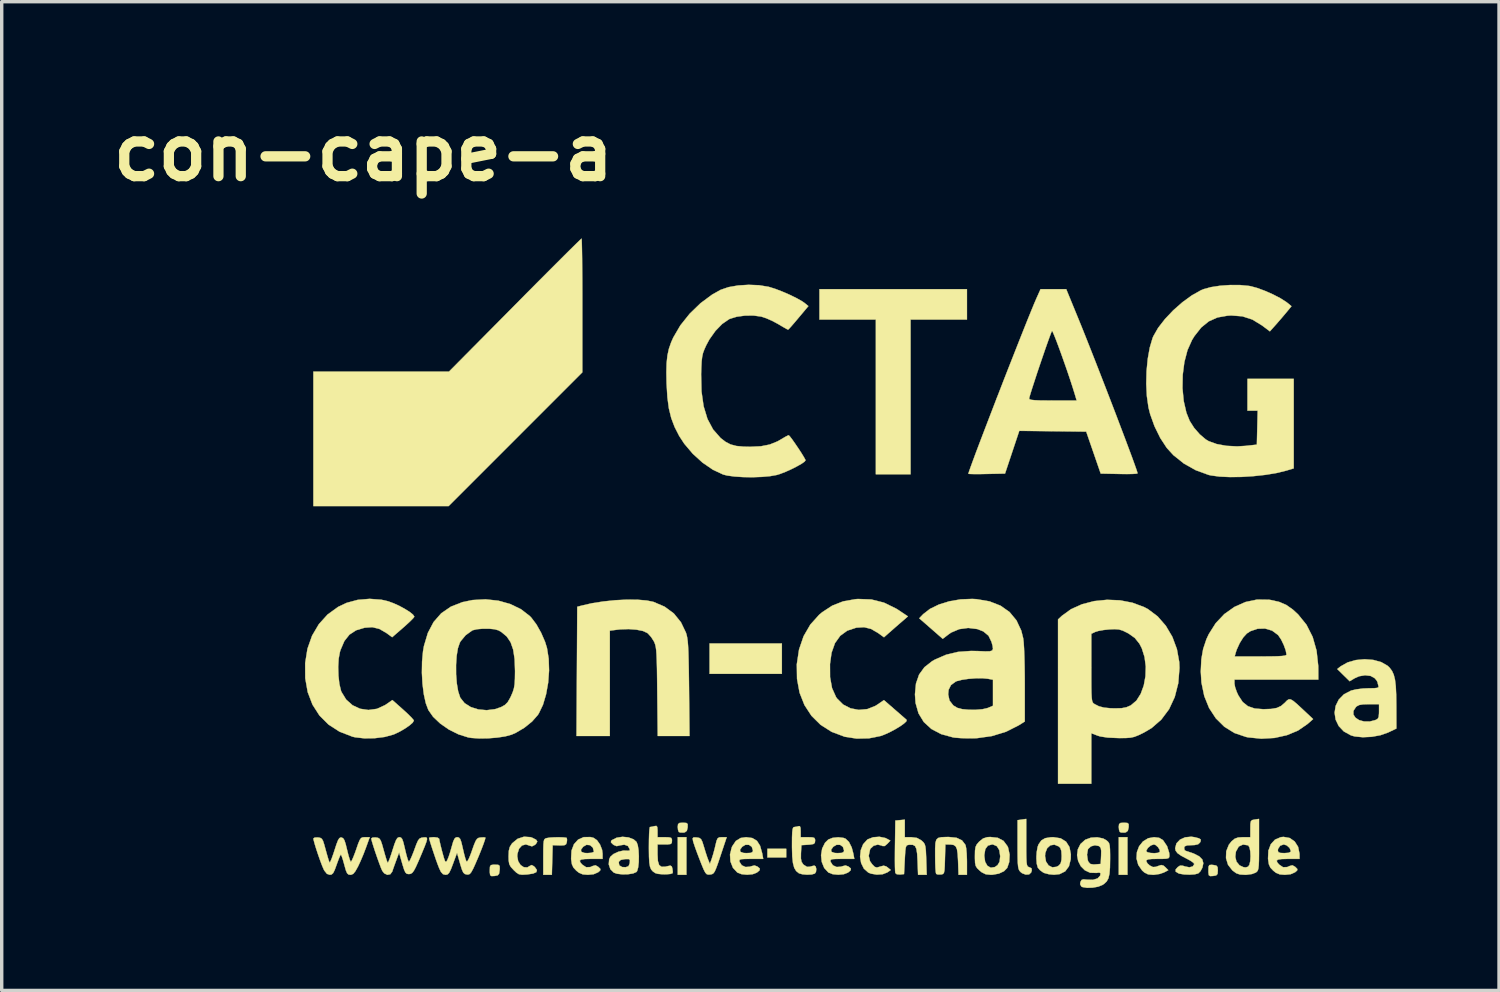
<source format=kicad_pcb>
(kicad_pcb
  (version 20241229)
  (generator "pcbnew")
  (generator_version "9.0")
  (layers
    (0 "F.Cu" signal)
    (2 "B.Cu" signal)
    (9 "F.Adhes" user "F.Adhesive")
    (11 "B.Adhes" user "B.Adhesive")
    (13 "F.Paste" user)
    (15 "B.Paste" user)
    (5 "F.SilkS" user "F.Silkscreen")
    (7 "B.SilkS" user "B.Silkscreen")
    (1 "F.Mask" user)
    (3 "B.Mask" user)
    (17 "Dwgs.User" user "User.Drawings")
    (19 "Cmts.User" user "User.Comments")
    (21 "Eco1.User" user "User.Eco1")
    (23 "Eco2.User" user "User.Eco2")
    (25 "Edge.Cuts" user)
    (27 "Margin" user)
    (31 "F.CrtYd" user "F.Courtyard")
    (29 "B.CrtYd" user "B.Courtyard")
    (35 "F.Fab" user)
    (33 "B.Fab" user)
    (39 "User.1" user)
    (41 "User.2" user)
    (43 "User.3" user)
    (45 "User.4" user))
  (footprint "con-cape-a"
    (layer "F.Cu")
    (at 21.831 13.418)
    (property "Reference" "con-cape-a" (at -14.24 -12 0) (layer "F.SilkS") (effects (font (size 1.524 1.524) (thickness 0.3))))
    (attr through_hole)
    (fp_poly (pts (xy -4.784 9.144) (xy -5.038 9.144) (xy -5.038 8.043) (xy -4.784 8.043) (xy -4.784 9.144)) (stroke (width 0.01) (type solid)) (fill yes) (layer "F.SilkS"))
    (fp_poly (pts (xy -1.99 3.26) (xy -4.106 3.26) (xy -4.106 2.371) (xy -1.99 2.371) (xy -1.99 3.26)) (stroke (width 0.01) (type solid)) (fill yes) (layer "F.SilkS"))
    (fp_poly (pts (xy -1.863 8.636) (xy -2.413 8.636) (xy -2.413 8.382) (xy -1.863 8.382) (xy -1.863 8.636)) (stroke (width 0.01) (type solid)) (fill yes) (layer "F.SilkS"))
    (fp_poly (pts (xy 8.128 9.144) (xy 7.874 9.144) (xy 7.874 8.043) (xy 8.128 8.043) (xy 8.128 9.144)) (stroke (width 0.01) (type solid)) (fill yes) (layer "F.SilkS"))
    (fp_poly (pts (xy 3.429 -7.112) (xy 1.778 -7.112) (xy 1.778 -2.582) (xy 0.762 -2.582) (xy 0.762 -7.112) (xy -0.889 -7.112) (xy -0.889 -8.001) (xy 3.429 -8.001) (xy 3.429 -7.112)) (stroke (width 0.01) (type solid)) (fill yes) (layer "F.SilkS"))
    (fp_poly (pts (xy -4.787 7.626) (xy -4.748 7.658) (xy -4.748 7.741) (xy -4.749 7.758) (xy -4.772 7.857) (xy -4.829 7.9) (xy -4.87 7.908) (xy -4.962 7.907) (xy -5.008 7.89) (xy -5.03 7.829) (xy -5.038 7.74) (xy -5.029 7.66) (xy -4.986 7.626) (xy -4.887 7.62) (xy -4.787 7.626)) (stroke (width 0.01) (type solid)) (fill yes) (layer "F.SilkS"))
    (fp_poly (pts (xy 8.125 7.626) (xy 8.163 7.658) (xy 8.164 7.741) (xy 8.162 7.758) (xy 8.139 7.857) (xy 8.083 7.9) (xy 8.042 7.908) (xy 7.949 7.907) (xy 7.904 7.89) (xy 7.882 7.829) (xy 7.874 7.74) (xy 7.883 7.66) (xy 7.926 7.626) (xy 8.025 7.62) (xy 8.125 7.626)) (stroke (width 0.01) (type solid)) (fill yes) (layer "F.SilkS"))
    (fp_poly (pts (xy 10.636 8.856) (xy 10.729 8.873) (xy 10.767 8.919) (xy 10.774 9.017) (xy 10.766 9.118) (xy 10.726 9.162) (xy 10.636 9.178) (xy 10.549 9.182) (xy 10.51 9.156) (xy 10.499 9.077) (xy 10.499 9.017) (xy 10.502 8.907) (xy 10.526 8.859) (xy 10.589 8.852) (xy 10.636 8.856)) (stroke (width 0.01) (type solid)) (fill yes) (layer "F.SilkS"))
    (fp_poly (pts (xy -10.292 8.853) (xy -10.253 8.884) (xy -10.25 8.967) (xy -10.253 9.006) (xy -10.269 9.112) (xy -10.31 9.16) (xy -10.399 9.178) (xy -10.403 9.178) (xy -10.491 9.182) (xy -10.53 9.155) (xy -10.541 9.075) (xy -10.541 9.02) (xy -10.537 8.91) (xy -10.51 8.861) (xy -10.439 8.848) (xy -10.39 8.848) (xy -10.292 8.853)) (stroke (width 0.01) (type solid)) (fill yes) (layer "F.SilkS"))
    (fp_poly (pts (xy -8.384 8.049) (xy -8.303 8.059) (xy -8.289 8.065) (xy -8.279 8.119) (xy -8.286 8.188) (xy -8.308 8.25) (xy -8.357 8.278) (xy -8.458 8.284) (xy -8.503 8.283) (xy -8.7 8.276) (xy -8.724 9.144) (xy -8.975 9.144) (xy -8.975 8.62) (xy -8.974 8.401) (xy -8.97 8.253) (xy -8.961 8.16) (xy -8.944 8.108) (xy -8.916 8.083) (xy -8.879 8.07) (xy -8.786 8.055) (xy -8.653 8.047) (xy -8.51 8.045) (xy -8.384 8.049)) (stroke (width 0.01) (type solid)) (fill yes) (layer "F.SilkS"))
    (fp_poly (pts (xy -7.85 -9.442) (xy -7.846 -9.324) (xy -7.842 -9.139) (xy -7.838 -8.894) (xy -7.836 -8.598) (xy -7.833 -8.259) (xy -7.832 -7.885) (xy -7.832 -7.525) (xy -7.832 -5.567) (xy -11.747 -1.651) (xy -15.706 -1.651) (xy -15.706 -5.588) (xy -11.736 -5.588) (xy -9.807 -7.535) (xy -9.474 -7.872) (xy -9.158 -8.19) (xy -8.865 -8.484) (xy -8.599 -8.75) (xy -8.366 -8.983) (xy -8.17 -9.177) (xy -8.017 -9.328) (xy -7.912 -9.43) (xy -7.86 -9.479) (xy -7.855 -9.483) (xy -7.85 -9.442)) (stroke (width 0.01) (type solid)) (fill yes) (layer "F.SilkS"))
    (fp_poly (pts (xy 5.165 8.203) (xy 5.165 8.46) (xy 5.168 8.646) (xy 5.174 8.771) (xy 5.185 8.849) (xy 5.203 8.892) (xy 5.228 8.913) (xy 5.249 8.92) (xy 5.319 8.953) (xy 5.328 9.015) (xy 5.308 9.077) (xy 5.249 9.132) (xy 5.15 9.138) (xy 5.044 9.098) (xy 4.995 9.059) (xy 4.964 9.022) (xy 4.942 8.974) (xy 4.927 8.901) (xy 4.917 8.79) (xy 4.913 8.627) (xy 4.911 8.4) (xy 4.911 8.26) (xy 4.911 7.545) (xy 5.038 7.526) (xy 5.165 7.508) (xy 5.165 8.203)) (stroke (width 0.01) (type solid)) (fill yes) (layer "F.SilkS"))
    (fp_poly (pts (xy 1.038 8.066) (xy 1.075 8.083) (xy 1.186 8.143) (xy 1.096 8.239) (xy 1.02 8.302) (xy 0.956 8.301) (xy 0.933 8.288) (xy 0.817 8.26) (xy 0.696 8.294) (xy 0.606 8.377) (xy 0.591 8.407) (xy 0.553 8.589) (xy 0.591 8.745) (xy 0.653 8.835) (xy 0.728 8.911) (xy 0.792 8.931) (xy 0.885 8.905) (xy 0.885 8.904) (xy 0.989 8.877) (xy 1.066 8.899) (xy 1.107 8.929) (xy 1.198 9.003) (xy 1.098 9.074) (xy 0.962 9.127) (xy 0.789 9.139) (xy 0.618 9.11) (xy 0.54 9.078) (xy 0.411 8.963) (xy 0.331 8.801) (xy 0.3 8.614) (xy 0.32 8.423) (xy 0.389 8.25) (xy 0.51 8.116) (xy 0.527 8.105) (xy 0.681 8.045) (xy 0.866 8.031) (xy 1.038 8.066)) (stroke (width 0.01) (type solid)) (fill yes) (layer "F.SilkS"))
    (fp_poly (pts (xy -3.785 8.583) (xy -3.858 8.801) (xy -3.913 8.95) (xy -3.955 9.046) (xy -3.993 9.1) (xy -4.034 9.125) (xy -4.085 9.135) (xy -4.093 9.136) (xy -4.149 9.138) (xy -4.193 9.123) (xy -4.233 9.078) (xy -4.279 8.989) (xy -4.34 8.843) (xy -4.391 8.712) (xy -4.464 8.522) (xy -4.527 8.35) (xy -4.572 8.217) (xy -4.59 8.157) (xy -4.602 8.076) (xy -4.572 8.048) (xy -4.482 8.051) (xy -4.405 8.065) (xy -4.356 8.101) (xy -4.317 8.179) (xy -4.273 8.319) (xy -4.225 8.478) (xy -4.177 8.624) (xy -4.149 8.7) (xy -4.097 8.826) (xy -4.043 8.674) (xy -4.002 8.544) (xy -3.957 8.378) (xy -3.935 8.283) (xy -3.902 8.148) (xy -3.87 8.077) (xy -3.823 8.048) (xy -3.745 8.043) (xy -3.605 8.043) (xy -3.785 8.583)) (stroke (width 0.01) (type solid)) (fill yes) (layer "F.SilkS"))
    (fp_poly (pts (xy 1.609 8.043) (xy 1.797 8.043) (xy 1.963 8.064) (xy 2.092 8.135) (xy 2.104 8.145) (xy 2.157 8.195) (xy 2.192 8.248) (xy 2.213 8.322) (xy 2.226 8.436) (xy 2.234 8.61) (xy 2.237 8.696) (xy 2.251 9.144) (xy 1.998 9.144) (xy 1.983 8.74) (xy 1.971 8.527) (xy 1.949 8.386) (xy 1.91 8.303) (xy 1.847 8.267) (xy 1.753 8.264) (xy 1.736 8.265) (xy 1.687 8.274) (xy 1.656 8.298) (xy 1.636 8.353) (xy 1.623 8.456) (xy 1.613 8.622) (xy 1.609 8.7) (xy 1.587 9.123) (xy 1.471 9.136) (xy 1.373 9.127) (xy 1.332 9.092) (xy 1.326 9.033) (xy 1.321 8.904) (xy 1.319 8.72) (xy 1.32 8.497) (xy 1.322 8.296) (xy 1.333 7.556) (xy 1.471 7.543) (xy 1.609 7.53) (xy 1.609 8.043)) (stroke (width 0.01) (type solid)) (fill yes) (layer "F.SilkS"))
    (fp_poly (pts (xy 3.122 8.06) (xy 3.283 8.135) (xy 3.382 8.264) (xy 3.389 8.281) (xy 3.407 8.371) (xy 3.421 8.519) (xy 3.428 8.698) (xy 3.429 8.766) (xy 3.429 9.144) (xy 3.183 9.144) (xy 3.169 8.74) (xy 3.157 8.531) (xy 3.136 8.392) (xy 3.098 8.31) (xy 3.036 8.269) (xy 2.941 8.256) (xy 2.912 8.256) (xy 2.797 8.255) (xy 2.785 8.689) (xy 2.779 8.884) (xy 2.771 9.01) (xy 2.756 9.083) (xy 2.731 9.118) (xy 2.691 9.132) (xy 2.665 9.135) (xy 2.573 9.134) (xy 2.528 9.118) (xy 2.516 9.066) (xy 2.506 8.947) (xy 2.5 8.78) (xy 2.498 8.589) (xy 2.498 8.366) (xy 2.506 8.213) (xy 2.532 8.118) (xy 2.585 8.066) (xy 2.675 8.044) (xy 2.813 8.038) (xy 2.896 8.037) (xy 3.122 8.06)) (stroke (width 0.01) (type solid)) (fill yes) (layer "F.SilkS"))
    (fp_poly (pts (xy -9.347 8.042) (xy -9.294 8.061) (xy -9.183 8.118) (xy -9.15 8.172) (xy -9.189 8.239) (xy -9.219 8.267) (xy -9.305 8.311) (xy -9.357 8.296) (xy -9.485 8.254) (xy -9.599 8.286) (xy -9.685 8.381) (xy -9.732 8.53) (xy -9.737 8.603) (xy -9.71 8.747) (xy -9.64 8.858) (xy -9.545 8.922) (xy -9.442 8.928) (xy -9.364 8.881) (xy -9.313 8.858) (xy -9.247 8.896) (xy -9.219 8.923) (xy -9.162 9.005) (xy -9.178 9.066) (xy -9.273 9.108) (xy -9.447 9.134) (xy -9.459 9.135) (xy -9.598 9.142) (xy -9.688 9.127) (xy -9.765 9.078) (xy -9.842 9.005) (xy -9.926 8.913) (xy -9.971 8.831) (xy -9.988 8.726) (xy -9.991 8.601) (xy -9.984 8.442) (xy -9.957 8.332) (xy -9.901 8.241) (xy -9.882 8.217) (xy -9.725 8.089) (xy -9.539 8.029) (xy -9.347 8.042)) (stroke (width 0.01) (type solid)) (fill yes) (layer "F.SilkS"))
    (fp_poly (pts (xy 6.172 8.076) (xy 6.33 8.173) (xy 6.43 8.33) (xy 6.471 8.544) (xy 6.467 8.687) (xy 6.415 8.895) (xy 6.306 9.042) (xy 6.142 9.124) (xy 5.979 9.142) (xy 5.83 9.128) (xy 5.698 9.093) (xy 5.663 9.078) (xy 5.565 9.006) (xy 5.504 8.934) (xy 5.473 8.821) (xy 5.462 8.66) (xy 5.465 8.594) (xy 5.715 8.594) (xy 5.743 8.756) (xy 5.819 8.87) (xy 5.927 8.925) (xy 6.053 8.91) (xy 6.12 8.872) (xy 6.173 8.809) (xy 6.197 8.706) (xy 6.202 8.594) (xy 6.193 8.446) (xy 6.161 8.357) (xy 6.12 8.315) (xy 5.99 8.261) (xy 5.871 8.281) (xy 5.777 8.366) (xy 5.723 8.505) (xy 5.715 8.594) (xy 5.465 8.594) (xy 5.471 8.484) (xy 5.498 8.329) (xy 5.525 8.254) (xy 5.607 8.138) (xy 5.719 8.072) (xy 5.882 8.045) (xy 5.961 8.043) (xy 6.172 8.076)) (stroke (width 0.01) (type solid)) (fill yes) (layer "F.SilkS"))
    (fp_poly (pts (xy -5.638 7.744) (xy -5.63 7.836) (xy -5.63 7.869) (xy -5.63 8.043) (xy -5.419 8.043) (xy -5.293 8.047) (xy -5.23 8.064) (xy -5.209 8.107) (xy -5.207 8.149) (xy -5.214 8.212) (xy -5.249 8.243) (xy -5.334 8.254) (xy -5.419 8.255) (xy -5.63 8.255) (xy -5.63 8.55) (xy -5.62 8.74) (xy -5.584 8.857) (xy -5.514 8.91) (xy -5.403 8.907) (xy -5.344 8.893) (xy -5.253 8.875) (xy -5.212 8.902) (xy -5.194 8.968) (xy -5.183 9.057) (xy -5.189 9.097) (xy -5.252 9.119) (xy -5.367 9.129) (xy -5.501 9.128) (xy -5.621 9.116) (xy -5.694 9.095) (xy -5.766 9.046) (xy -5.817 8.988) (xy -5.85 8.907) (xy -5.87 8.788) (xy -5.88 8.617) (xy -5.883 8.378) (xy -5.883 8.329) (xy -5.881 8.118) (xy -5.876 7.941) (xy -5.867 7.813) (xy -5.856 7.75) (xy -5.853 7.746) (xy -5.79 7.736) (xy -5.726 7.72) (xy -5.665 7.712) (xy -5.638 7.744)) (stroke (width 0.01) (type solid)) (fill yes) (layer "F.SilkS"))
    (fp_poly (pts (xy -1.443 7.772) (xy -1.439 7.869) (xy -1.439 8.043) (xy -1.228 8.043) (xy -1.102 8.047) (xy -1.039 8.064) (xy -1.018 8.107) (xy -1.016 8.147) (xy -1.025 8.21) (xy -1.066 8.243) (xy -1.161 8.259) (xy -1.217 8.263) (xy -1.418 8.276) (xy -1.431 8.518) (xy -1.432 8.668) (xy -1.413 8.764) (xy -1.367 8.835) (xy -1.355 8.848) (xy -1.253 8.912) (xy -1.173 8.908) (xy -1.081 8.883) (xy -1.038 8.875) (xy -0.999 8.903) (xy -0.982 8.976) (xy -0.991 9.057) (xy -1.023 9.107) (xy -1.115 9.134) (xy -1.25 9.141) (xy -1.388 9.129) (xy -1.49 9.1) (xy -1.492 9.098) (xy -1.571 9.034) (xy -1.628 8.939) (xy -1.665 8.8) (xy -1.686 8.605) (xy -1.693 8.342) (xy -1.693 8.278) (xy -1.692 8.051) (xy -1.686 7.897) (xy -1.674 7.803) (xy -1.655 7.757) (xy -1.633 7.747) (xy -1.54 7.732) (xy -1.506 7.721) (xy -1.463 7.72) (xy -1.443 7.772)) (stroke (width 0.01) (type solid)) (fill yes) (layer "F.SilkS"))
    (fp_poly (pts (xy 4.333 8.062) (xy 4.499 8.15) (xy 4.614 8.304) (xy 4.633 8.345) (xy 4.678 8.552) (xy 4.666 8.772) (xy 4.608 8.942) (xy 4.515 9.038) (xy 4.364 9.109) (xy 4.179 9.142) (xy 4.13 9.144) (xy 3.98 9.129) (xy 3.862 9.071) (xy 3.8 9.02) (xy 3.727 8.95) (xy 3.686 8.884) (xy 3.667 8.795) (xy 3.662 8.657) (xy 3.662 8.598) (xy 3.662 8.594) (xy 3.937 8.594) (xy 3.962 8.766) (xy 4.029 8.883) (xy 4.126 8.936) (xy 4.241 8.919) (xy 4.325 8.862) (xy 4.384 8.762) (xy 4.403 8.601) (xy 4.377 8.423) (xy 4.305 8.306) (xy 4.19 8.256) (xy 4.166 8.255) (xy 4.043 8.289) (xy 3.967 8.39) (xy 3.938 8.562) (xy 3.937 8.594) (xy 3.662 8.594) (xy 3.665 8.436) (xy 3.68 8.332) (xy 3.715 8.257) (xy 3.777 8.184) (xy 3.791 8.17) (xy 3.901 8.081) (xy 4.02 8.043) (xy 4.111 8.037) (xy 4.333 8.062)) (stroke (width 0.01) (type solid)) (fill yes) (layer "F.SilkS"))
    (fp_poly (pts (xy -6.211 1.091) (xy -5.943 1.114) (xy -5.752 1.153) (xy -5.422 1.294) (xy -5.153 1.493) (xy -4.944 1.751) (xy -4.799 2.053) (xy -4.778 2.121) (xy -4.761 2.202) (xy -4.747 2.304) (xy -4.736 2.438) (xy -4.727 2.614) (xy -4.721 2.841) (xy -4.715 3.129) (xy -4.71 3.487) (xy -4.708 3.672) (xy -4.694 5.08) (xy -5.624 5.08) (xy -5.638 3.778) (xy -5.642 3.409) (xy -5.646 3.114) (xy -5.652 2.883) (xy -5.659 2.707) (xy -5.668 2.576) (xy -5.681 2.48) (xy -5.697 2.408) (xy -5.717 2.351) (xy -5.736 2.31) (xy -5.816 2.184) (xy -5.909 2.081) (xy -5.931 2.063) (xy -6.059 2.005) (xy -6.248 1.967) (xy -6.474 1.95) (xy -6.714 1.958) (xy -6.79 1.966) (xy -7.027 1.996) (xy -7.027 5.08) (xy -8.002 5.08) (xy -7.991 3.189) (xy -7.98 1.297) (xy -7.853 1.263) (xy -7.548 1.193) (xy -7.213 1.141) (xy -6.866 1.105) (xy -6.526 1.088) (xy -6.211 1.091)) (stroke (width 0.01) (type solid)) (fill yes) (layer "F.SilkS"))
    (fp_poly (pts (xy 10.098 8.044) (xy 10.22 8.076) (xy 10.273 8.11) (xy 10.271 8.16) (xy 10.252 8.199) (xy 10.197 8.25) (xy 10.093 8.273) (xy 10.005 8.276) (xy 9.875 8.283) (xy 9.809 8.309) (xy 9.787 8.35) (xy 9.801 8.421) (xy 9.829 8.441) (xy 10.067 8.521) (xy 10.229 8.604) (xy 10.32 8.696) (xy 10.349 8.804) (xy 10.323 8.932) (xy 10.268 9.036) (xy 10.201 9.103) (xy 10.099 9.13) (xy 9.95 9.14) (xy 9.79 9.134) (xy 9.655 9.112) (xy 9.62 9.1) (xy 9.54 9.051) (xy 9.539 8.99) (xy 9.602 8.918) (xy 9.669 8.875) (xy 9.747 8.878) (xy 9.814 8.9) (xy 9.942 8.925) (xy 10.04 8.899) (xy 10.085 8.831) (xy 10.085 8.826) (xy 10.052 8.786) (xy 9.964 8.726) (xy 9.875 8.678) (xy 9.701 8.586) (xy 9.593 8.51) (xy 9.539 8.438) (xy 9.525 8.365) (xy 9.563 8.224) (xy 9.666 8.115) (xy 9.816 8.047) (xy 9.997 8.029) (xy 10.098 8.044)) (stroke (width 0.01) (type solid)) (fill yes) (layer "F.SilkS"))
    (fp_poly (pts (xy -2.854 8.068) (xy -2.72 8.149) (xy -2.628 8.293) (xy -2.567 8.51) (xy -2.565 8.52) (xy -2.536 8.678) (xy -2.894 8.678) (xy -3.067 8.68) (xy -3.172 8.686) (xy -3.222 8.701) (xy -3.235 8.73) (xy -3.229 8.767) (xy -3.164 8.866) (xy -3.053 8.916) (xy -2.923 8.907) (xy -2.899 8.897) (xy -2.794 8.87) (xy -2.708 8.901) (xy -2.637 8.959) (xy -2.642 9.012) (xy -2.719 9.078) (xy -2.842 9.126) (xy -3.005 9.142) (xy -3.168 9.126) (xy -3.292 9.078) (xy -3.293 9.078) (xy -3.422 8.939) (xy -3.495 8.755) (xy -3.508 8.548) (xy -3.474 8.412) (xy -3.216 8.412) (xy -3.202 8.473) (xy -3.109 8.505) (xy -3.027 8.509) (xy -2.906 8.503) (xy -2.85 8.478) (xy -2.836 8.433) (xy -2.87 8.326) (xy -2.952 8.267) (xy -3.057 8.266) (xy -3.151 8.322) (xy -3.216 8.412) (xy -3.474 8.412) (xy -3.456 8.339) (xy -3.445 8.313) (xy -3.337 8.153) (xy -3.196 8.066) (xy -3.036 8.043) (xy -2.854 8.068)) (stroke (width 0.01) (type solid)) (fill yes) (layer "F.SilkS"))
    (fp_poly (pts (xy -0.185 8.064) (xy -0.125 8.087) (xy -0.026 8.182) (xy 0.055 8.343) (xy 0.102 8.52) (xy 0.131 8.678) (xy -0.227 8.678) (xy -0.4 8.68) (xy -0.505 8.686) (xy -0.555 8.701) (xy -0.568 8.73) (xy -0.562 8.767) (xy -0.497 8.866) (xy -0.386 8.916) (xy -0.256 8.907) (xy -0.232 8.897) (xy -0.127 8.87) (xy -0.041 8.901) (xy 0.03 8.959) (xy 0.025 9.012) (xy -0.052 9.078) (xy -0.175 9.126) (xy -0.338 9.142) (xy -0.501 9.126) (xy -0.625 9.078) (xy -0.626 9.078) (xy -0.75 8.944) (xy -0.822 8.766) (xy -0.842 8.569) (xy -0.816 8.412) (xy -0.549 8.412) (xy -0.535 8.473) (xy -0.442 8.505) (xy -0.36 8.509) (xy -0.239 8.503) (xy -0.183 8.478) (xy -0.169 8.433) (xy -0.203 8.326) (xy -0.285 8.267) (xy -0.39 8.266) (xy -0.484 8.322) (xy -0.549 8.412) (xy -0.816 8.412) (xy -0.81 8.375) (xy -0.726 8.206) (xy -0.63 8.112) (xy -0.503 8.062) (xy -0.34 8.045) (xy -0.185 8.064)) (stroke (width 0.01) (type solid)) (fill yes) (layer "F.SilkS"))
    (fp_poly (pts (xy -7.505 8.061) (xy -7.403 8.131) (xy -7.314 8.257) (xy -7.254 8.41) (xy -7.239 8.525) (xy -7.239 8.678) (xy -7.578 8.678) (xy -7.762 8.683) (xy -7.87 8.699) (xy -7.908 8.733) (xy -7.885 8.789) (xy -7.832 8.848) (xy -7.72 8.922) (xy -7.6 8.918) (xy -7.529 8.887) (xy -7.447 8.865) (xy -7.368 8.91) (xy -7.359 8.917) (xy -7.302 8.975) (xy -7.308 9.016) (xy -7.367 9.069) (xy -7.5 9.127) (xy -7.666 9.144) (xy -7.817 9.132) (xy -7.928 9.086) (xy -8.007 9.024) (xy -8.09 8.935) (xy -8.136 8.838) (xy -8.158 8.697) (xy -8.16 8.671) (xy -8.148 8.438) (xy -8.139 8.412) (xy -7.873 8.412) (xy -7.859 8.473) (xy -7.766 8.505) (xy -7.684 8.509) (xy -7.568 8.5) (xy -7.501 8.477) (xy -7.493 8.464) (xy -7.525 8.346) (xy -7.606 8.276) (xy -7.709 8.266) (xy -7.807 8.322) (xy -7.873 8.412) (xy -8.139 8.412) (xy -8.077 8.249) (xy -7.955 8.114) (xy -7.791 8.041) (xy -7.596 8.039) (xy -7.505 8.061)) (stroke (width 0.01) (type solid)) (fill yes) (layer "F.SilkS"))
    (fp_poly (pts (xy 12.879 8.067) (xy 13.025 8.169) (xy 13.124 8.325) (xy 13.165 8.524) (xy 13.166 8.547) (xy 13.166 8.678) (xy 12.827 8.678) (xy 12.642 8.683) (xy 12.535 8.699) (xy 12.496 8.733) (xy 12.52 8.789) (xy 12.573 8.848) (xy 12.684 8.922) (xy 12.805 8.918) (xy 12.876 8.887) (xy 12.957 8.865) (xy 13.037 8.91) (xy 13.046 8.917) (xy 13.102 8.975) (xy 13.097 9.016) (xy 13.037 9.069) (xy 12.905 9.127) (xy 12.738 9.144) (xy 12.588 9.132) (xy 12.477 9.086) (xy 12.398 9.024) (xy 12.314 8.935) (xy 12.269 8.838) (xy 12.247 8.697) (xy 12.244 8.671) (xy 12.255 8.438) (xy 12.257 8.433) (xy 12.531 8.433) (xy 12.546 8.481) (xy 12.607 8.504) (xy 12.721 8.509) (xy 12.849 8.5) (xy 12.906 8.47) (xy 12.912 8.449) (xy 12.876 8.359) (xy 12.794 8.284) (xy 12.705 8.255) (xy 12.6 8.292) (xy 12.538 8.384) (xy 12.531 8.433) (xy 12.257 8.433) (xy 12.325 8.249) (xy 12.448 8.115) (xy 12.616 8.043) (xy 12.698 8.034) (xy 12.879 8.067)) (stroke (width 0.01) (type solid)) (fill yes) (layer "F.SilkS"))
    (fp_poly (pts (xy -6.481 8.049) (xy -6.331 8.106) (xy -6.245 8.181) (xy -6.209 8.277) (xy -6.186 8.423) (xy -6.177 8.597) (xy -6.18 8.772) (xy -6.197 8.926) (xy -6.227 9.033) (xy -6.248 9.062) (xy -6.346 9.105) (xy -6.496 9.128) (xy -6.663 9.131) (xy -6.816 9.113) (xy -6.909 9.081) (xy -7.011 8.98) (xy -7.058 8.839) (xy -7.053 8.779) (xy -6.767 8.779) (xy -6.749 8.868) (xy -6.666 8.917) (xy -6.562 8.922) (xy -6.479 8.892) (xy -6.444 8.807) (xy -6.442 8.792) (xy -6.439 8.715) (xy -6.47 8.684) (xy -6.556 8.684) (xy -6.59 8.686) (xy -6.708 8.709) (xy -6.761 8.76) (xy -6.767 8.779) (xy -7.053 8.779) (xy -7.046 8.69) (xy -7.011 8.616) (xy -6.919 8.535) (xy -6.779 8.47) (xy -6.628 8.435) (xy -6.511 8.439) (xy -6.449 8.437) (xy -6.443 8.394) (xy -6.498 8.3) (xy -6.603 8.262) (xy -6.723 8.281) (xy -6.826 8.305) (xy -6.909 8.272) (xy -6.935 8.253) (xy -6.994 8.194) (xy -6.988 8.151) (xy -6.964 8.128) (xy -6.826 8.058) (xy -6.655 8.032) (xy -6.481 8.049)) (stroke (width 0.01) (type solid)) (fill yes) (layer "F.SilkS"))
    (fp_poly (pts (xy 11.98 8.26) (xy 11.98 8.529) (xy 11.978 8.727) (xy 11.972 8.865) (xy 11.962 8.956) (xy 11.946 9.013) (xy 11.922 9.049) (xy 11.889 9.076) (xy 11.886 9.078) (xy 11.776 9.121) (xy 11.617 9.143) (xy 11.57 9.144) (xy 11.421 9.135) (xy 11.313 9.098) (xy 11.206 9.019) (xy 11.2 9.014) (xy 11.073 8.851) (xy 11.014 8.657) (xy 11.015 8.618) (xy 11.285 8.618) (xy 11.32 8.759) (xy 11.406 8.863) (xy 11.432 8.878) (xy 11.527 8.921) (xy 11.591 8.928) (xy 11.659 8.907) (xy 11.699 8.851) (xy 11.724 8.74) (xy 11.732 8.6) (xy 11.725 8.459) (xy 11.702 8.344) (xy 11.664 8.283) (xy 11.659 8.281) (xy 11.512 8.258) (xy 11.396 8.311) (xy 11.379 8.329) (xy 11.303 8.466) (xy 11.285 8.618) (xy 11.015 8.618) (xy 11.021 8.454) (xy 11.097 8.264) (xy 11.176 8.164) (xy 11.268 8.088) (xy 11.367 8.052) (xy 11.511 8.043) (xy 11.726 8.043) (xy 11.726 7.794) (xy 11.728 7.655) (xy 11.742 7.578) (xy 11.776 7.543) (xy 11.843 7.528) (xy 11.853 7.526) (xy 11.98 7.508) (xy 11.98 8.26)) (stroke (width 0.01) (type solid)) (fill yes) (layer "F.SilkS"))
    (fp_poly (pts (xy 9.057 8.062) (xy 9.162 8.125) (xy 9.176 8.139) (xy 9.288 8.305) (xy 9.349 8.498) (xy 9.356 8.575) (xy 9.352 8.626) (xy 9.328 8.657) (xy 9.268 8.672) (xy 9.155 8.678) (xy 9.017 8.678) (xy 8.843 8.681) (xy 8.738 8.692) (xy 8.688 8.714) (xy 8.678 8.741) (xy 8.711 8.807) (xy 8.784 8.873) (xy 8.874 8.917) (xy 8.961 8.911) (xy 9.02 8.889) (xy 9.117 8.858) (xy 9.183 8.875) (xy 9.237 8.922) (xy 9.324 9.009) (xy 9.194 9.077) (xy 9.066 9.12) (xy 8.912 9.143) (xy 8.874 9.144) (xy 8.732 9.131) (xy 8.626 9.078) (xy 8.558 9.018) (xy 8.444 8.853) (xy 8.394 8.669) (xy 8.405 8.483) (xy 8.416 8.452) (xy 8.678 8.452) (xy 8.715 8.484) (xy 8.805 8.505) (xy 8.915 8.511) (xy 9.016 8.502) (xy 9.075 8.476) (xy 9.076 8.474) (xy 9.072 8.412) (xy 9.022 8.334) (xy 8.952 8.272) (xy 8.902 8.255) (xy 8.812 8.285) (xy 8.727 8.356) (xy 8.68 8.437) (xy 8.678 8.452) (xy 8.416 8.452) (xy 8.469 8.31) (xy 8.581 8.169) (xy 8.735 8.074) (xy 8.907 8.043) (xy 9.057 8.062)) (stroke (width 0.01) (type solid)) (fill yes) (layer "F.SilkS"))
    (fp_poly (pts (xy 7.417 8.081) (xy 7.508 8.131) (xy 7.558 8.174) (xy 7.59 8.22) (xy 7.608 8.289) (xy 7.617 8.397) (xy 7.62 8.563) (xy 7.62 8.679) (xy 7.616 8.932) (xy 7.601 9.116) (xy 7.571 9.246) (xy 7.52 9.339) (xy 7.445 9.409) (xy 7.399 9.44) (xy 7.272 9.491) (xy 7.11 9.52) (xy 6.946 9.525) (xy 6.816 9.504) (xy 6.779 9.487) (xy 6.742 9.418) (xy 6.752 9.356) (xy 6.783 9.296) (xy 6.84 9.277) (xy 6.944 9.287) (xy 7.118 9.292) (xy 7.252 9.251) (xy 7.328 9.17) (xy 7.334 9.151) (xy 7.339 9.095) (xy 7.299 9.079) (xy 7.219 9.089) (xy 7.034 9.083) (xy 6.881 9.012) (xy 6.762 8.893) (xy 6.685 8.74) (xy 6.654 8.571) (xy 6.656 8.556) (xy 6.944 8.556) (xy 6.966 8.715) (xy 6.988 8.768) (xy 7.042 8.826) (xy 7.137 8.842) (xy 7.189 8.839) (xy 7.345 8.826) (xy 7.357 8.586) (xy 7.36 8.443) (xy 7.346 8.36) (xy 7.309 8.314) (xy 7.286 8.3) (xy 7.175 8.279) (xy 7.059 8.312) (xy 6.978 8.386) (xy 6.97 8.403) (xy 6.944 8.556) (xy 6.656 8.556) (xy 6.675 8.4) (xy 6.752 8.244) (xy 6.891 8.119) (xy 6.897 8.116) (xy 7.06 8.057) (xy 7.245 8.046) (xy 7.417 8.081)) (stroke (width 0.01) (type solid)) (fill yes) (layer "F.SilkS"))
    (fp_poly (pts (xy 0.629 1.083) (xy 0.999 1.176) (xy 1.357 1.351) (xy 1.437 1.402) (xy 1.7 1.578) (xy 1.475 1.773) (xy 1.339 1.891) (xy 1.21 2.005) (xy 1.125 2.079) (xy 1 2.19) (xy 0.833 2.069) (xy 0.623 1.946) (xy 0.419 1.895) (xy 0.195 1.908) (xy 0.186 1.91) (xy -0.075 1.996) (xy -0.281 2.146) (xy -0.435 2.361) (xy -0.535 2.642) (xy -0.581 2.973) (xy -0.579 3.357) (xy -0.521 3.678) (xy -0.406 3.935) (xy -0.376 3.98) (xy -0.199 4.157) (xy 0.02 4.27) (xy 0.262 4.316) (xy 0.511 4.293) (xy 0.749 4.198) (xy 0.807 4.161) (xy 0.998 4.03) (xy 1.314 4.304) (xy 1.452 4.424) (xy 1.568 4.525) (xy 1.644 4.592) (xy 1.665 4.611) (xy 1.654 4.652) (xy 1.582 4.719) (xy 1.466 4.801) (xy 1.319 4.889) (xy 1.16 4.973) (xy 1.003 5.043) (xy 0.901 5.08) (xy 0.562 5.148) (xy 0.201 5.156) (xy -0.142 5.104) (xy -0.158 5.099) (xy -0.533 4.958) (xy -0.856 4.753) (xy -1.122 4.49) (xy -1.328 4.175) (xy -1.471 3.813) (xy -1.546 3.409) (xy -1.552 2.98) (xy -1.487 2.549) (xy -1.354 2.16) (xy -1.156 1.818) (xy -0.896 1.529) (xy -0.807 1.455) (xy -0.513 1.263) (xy -0.197 1.139) (xy 0.162 1.075) (xy 0.238 1.069) (xy 0.629 1.083)) (stroke (width 0.01) (type solid)) (fill yes) (layer "F.SilkS"))
    (fp_poly (pts (xy -13.713 1.091) (xy -13.517 1.136) (xy -13.355 1.196) (xy -13.184 1.274) (xy -13.022 1.363) (xy -12.884 1.45) (xy -12.788 1.528) (xy -12.751 1.584) (xy -12.752 1.59) (xy -12.787 1.636) (xy -12.873 1.723) (xy -12.994 1.835) (xy -13.081 1.912) (xy -13.399 2.188) (xy -13.563 2.068) (xy -13.774 1.945) (xy -13.981 1.894) (xy -14.205 1.91) (xy -14.455 1.985) (xy -14.65 2.112) (xy -14.799 2.3) (xy -14.91 2.558) (xy -14.929 2.619) (xy -14.966 2.818) (xy -14.98 3.06) (xy -14.972 3.316) (xy -14.945 3.557) (xy -14.898 3.752) (xy -14.884 3.789) (xy -14.747 4.013) (xy -14.56 4.18) (xy -14.338 4.283) (xy -14.095 4.319) (xy -13.846 4.285) (xy -13.606 4.175) (xy -13.584 4.16) (xy -13.393 4.028) (xy -13.078 4.308) (xy -12.945 4.43) (xy -12.839 4.535) (xy -12.776 4.607) (xy -12.764 4.63) (xy -12.799 4.69) (xy -12.892 4.771) (xy -13.025 4.863) (xy -13.178 4.952) (xy -13.333 5.026) (xy -13.365 5.039) (xy -13.619 5.108) (xy -13.913 5.145) (xy -14.213 5.149) (xy -14.483 5.118) (xy -14.561 5.1) (xy -14.939 4.954) (xy -15.263 4.745) (xy -15.528 4.48) (xy -15.732 4.162) (xy -15.872 3.796) (xy -15.944 3.388) (xy -15.946 2.945) (xy -15.879 2.525) (xy -15.744 2.143) (xy -15.546 1.807) (xy -15.291 1.524) (xy -14.983 1.301) (xy -14.732 1.182) (xy -14.41 1.095) (xy -14.059 1.065) (xy -13.713 1.091)) (stroke (width 0.01) (type solid)) (fill yes) (layer "F.SilkS"))
    (fp_poly (pts (xy 15.326 2.853) (xy 15.558 2.917) (xy 15.746 3.025) (xy 15.805 3.082) (xy 15.874 3.175) (xy 15.925 3.287) (xy 15.961 3.431) (xy 15.984 3.62) (xy 15.996 3.868) (xy 16 4.177) (xy 16.002 4.862) (xy 15.759 4.978) (xy 15.536 5.057) (xy 15.278 5.104) (xy 15.017 5.116) (xy 14.783 5.093) (xy 14.674 5.063) (xy 14.463 4.947) (xy 14.313 4.788) (xy 14.223 4.6) (xy 14.201 4.453) (xy 14.744 4.453) (xy 14.804 4.545) (xy 14.912 4.616) (xy 15.055 4.655) (xy 15.222 4.656) (xy 15.385 4.615) (xy 15.451 4.581) (xy 15.483 4.525) (xy 15.493 4.42) (xy 15.494 4.361) (xy 15.494 4.149) (xy 15.198 4.149) (xy 15.027 4.154) (xy 14.917 4.172) (xy 14.844 4.209) (xy 14.817 4.233) (xy 14.744 4.346) (xy 14.744 4.453) (xy 14.201 4.453) (xy 14.193 4.399) (xy 14.224 4.199) (xy 14.315 4.014) (xy 14.466 3.86) (xy 14.677 3.75) (xy 14.828 3.715) (xy 15.021 3.69) (xy 15.189 3.683) (xy 15.35 3.681) (xy 15.442 3.671) (xy 15.479 3.651) (xy 15.478 3.617) (xy 15.477 3.616) (xy 15.455 3.535) (xy 15.452 3.51) (xy 15.424 3.455) (xy 15.367 3.387) (xy 15.247 3.321) (xy 15.086 3.302) (xy 14.911 3.331) (xy 14.779 3.39) (xy 14.635 3.477) (xy 14.453 3.299) (xy 14.271 3.12) (xy 14.372 3.04) (xy 14.574 2.926) (xy 14.814 2.857) (xy 15.071 2.833) (xy 15.326 2.853)) (stroke (width 0.01) (type solid)) (fill yes) (layer "F.SilkS"))
    (fp_poly (pts (xy 7.909 1.108) (xy 8.277 1.179) (xy 8.616 1.306) (xy 8.731 1.367) (xy 9.013 1.579) (xy 9.252 1.854) (xy 9.443 2.178) (xy 9.576 2.536) (xy 9.644 2.913) (xy 9.651 3.089) (xy 9.616 3.534) (xy 9.513 3.938) (xy 9.347 4.295) (xy 9.119 4.6) (xy 8.834 4.848) (xy 8.603 4.984) (xy 8.451 5.057) (xy 8.333 5.104) (xy 8.22 5.129) (xy 8.086 5.139) (xy 7.901 5.141) (xy 7.855 5.14) (xy 7.552 5.127) (xy 7.33 5.093) (xy 7.25 5.068) (xy 7.07 4.999) (xy 7.07 6.477) (xy 6.096 6.477) (xy 6.096 2.088) (xy 7.07 2.088) (xy 7.07 3.087) (xy 7.07 3.403) (xy 7.071 3.645) (xy 7.074 3.823) (xy 7.081 3.949) (xy 7.091 4.033) (xy 7.106 4.085) (xy 7.126 4.117) (xy 7.154 4.138) (xy 7.164 4.145) (xy 7.292 4.21) (xy 7.44 4.249) (xy 7.632 4.268) (xy 7.768 4.271) (xy 7.958 4.266) (xy 8.098 4.239) (xy 8.221 4.186) (xy 8.231 4.18) (xy 8.392 4.043) (xy 8.517 3.845) (xy 8.606 3.602) (xy 8.656 3.33) (xy 8.665 3.047) (xy 8.629 2.768) (xy 8.548 2.511) (xy 8.478 2.376) (xy 8.342 2.208) (xy 8.153 2.075) (xy 8.127 2.062) (xy 7.991 1.995) (xy 7.878 1.961) (xy 7.752 1.952) (xy 7.599 1.959) (xy 7.43 1.977) (xy 7.28 2.004) (xy 7.186 2.033) (xy 7.07 2.088) (xy 6.096 2.088) (xy 6.096 1.667) (xy 6.212 1.559) (xy 6.479 1.366) (xy 6.798 1.223) (xy 7.153 1.131) (xy 7.529 1.093) (xy 7.909 1.108)) (stroke (width 0.01) (type solid)) (fill yes) (layer "F.SilkS"))
    (fp_poly (pts (xy -14.167 8.35) (xy -14.241 8.544) (xy -14.327 8.747) (xy -14.399 8.901) (xy -14.476 9.039) (xy -14.538 9.115) (xy -14.601 9.143) (xy -14.623 9.144) (xy -14.679 9.135) (xy -14.719 9.097) (xy -14.755 9.013) (xy -14.797 8.864) (xy -14.801 8.848) (xy -14.842 8.703) (xy -14.877 8.598) (xy -14.9 8.552) (xy -14.901 8.551) (xy -14.925 8.588) (xy -14.966 8.686) (xy -15.017 8.824) (xy -15.025 8.848) (xy -15.082 9.003) (xy -15.127 9.093) (xy -15.173 9.135) (xy -15.225 9.144) (xy -15.309 9.116) (xy -15.385 9.021) (xy -15.404 8.985) (xy -15.448 8.883) (xy -15.504 8.735) (xy -15.565 8.562) (xy -15.623 8.387) (xy -15.67 8.233) (xy -15.7 8.12) (xy -15.706 8.081) (xy -15.669 8.055) (xy -15.58 8.05) (xy -15.572 8.051) (xy -15.506 8.062) (xy -15.46 8.089) (xy -15.424 8.149) (xy -15.388 8.26) (xy -15.346 8.414) (xy -15.301 8.575) (xy -15.263 8.703) (xy -15.236 8.777) (xy -15.231 8.787) (xy -15.209 8.759) (xy -15.17 8.667) (xy -15.12 8.526) (xy -15.087 8.425) (xy -15.028 8.244) (xy -14.983 8.13) (xy -14.945 8.071) (xy -14.905 8.051) (xy -14.883 8.052) (xy -14.836 8.073) (xy -14.798 8.131) (xy -14.761 8.243) (xy -14.719 8.414) (xy -14.68 8.572) (xy -14.643 8.693) (xy -14.615 8.757) (xy -14.608 8.763) (xy -14.581 8.726) (xy -14.536 8.626) (xy -14.48 8.481) (xy -14.453 8.403) (xy -14.394 8.232) (xy -14.35 8.127) (xy -14.311 8.07) (xy -14.264 8.048) (xy -14.2 8.043) (xy -14.194 8.043) (xy -14.056 8.043) (xy -14.167 8.35)) (stroke (width 0.01) (type solid)) (fill yes) (layer "F.SilkS"))
    (fp_poly (pts (xy -13.142 8.054) (xy -13.106 8.097) (xy -13.073 8.188) (xy -13.035 8.342) (xy -13.021 8.403) (xy -12.982 8.564) (xy -12.946 8.688) (xy -12.918 8.756) (xy -12.91 8.763) (xy -12.882 8.726) (xy -12.835 8.627) (xy -12.777 8.484) (xy -12.751 8.414) (xy -12.689 8.246) (xy -12.642 8.141) (xy -12.598 8.085) (xy -12.547 8.06) (xy -12.49 8.051) (xy -12.425 8.047) (xy -12.387 8.058) (xy -12.377 8.097) (xy -12.396 8.176) (xy -12.445 8.307) (xy -12.526 8.503) (xy -12.537 8.53) (xy -12.635 8.759) (xy -12.708 8.92) (xy -12.764 9.025) (xy -12.812 9.087) (xy -12.857 9.115) (xy -12.908 9.123) (xy -12.912 9.123) (xy -12.968 9.115) (xy -13.009 9.08) (xy -13.047 9.001) (xy -13.091 8.862) (xy -13.107 8.808) (xy -13.196 8.493) (xy -13.281 8.723) (xy -13.334 8.868) (xy -13.378 8.993) (xy -13.396 9.049) (xy -13.454 9.128) (xy -13.541 9.145) (xy -13.632 9.101) (xy -13.689 9.028) (xy -13.727 8.941) (xy -13.779 8.803) (xy -13.839 8.636) (xy -13.9 8.459) (xy -13.953 8.295) (xy -13.993 8.164) (xy -14.012 8.087) (xy -14.012 8.081) (xy -13.976 8.055) (xy -13.887 8.05) (xy -13.879 8.051) (xy -13.813 8.062) (xy -13.768 8.089) (xy -13.731 8.149) (xy -13.693 8.26) (xy -13.649 8.418) (xy -13.603 8.58) (xy -13.564 8.708) (xy -13.536 8.783) (xy -13.531 8.793) (xy -13.51 8.765) (xy -13.472 8.673) (xy -13.423 8.531) (xy -13.391 8.429) (xy -13.332 8.246) (xy -13.286 8.13) (xy -13.246 8.067) (xy -13.203 8.045) (xy -13.187 8.043) (xy -13.142 8.054)) (stroke (width 0.01) (type solid)) (fill yes) (layer "F.SilkS"))
    (fp_poly (pts (xy -11.445 8.054) (xy -11.408 8.095) (xy -11.375 8.185) (xy -11.338 8.339) (xy -11.331 8.371) (xy -11.293 8.534) (xy -11.257 8.667) (xy -11.229 8.746) (xy -11.225 8.753) (xy -11.195 8.745) (xy -11.147 8.657) (xy -11.083 8.495) (xy -11.063 8.436) (xy -11.001 8.261) (xy -10.954 8.151) (xy -10.912 8.09) (xy -10.865 8.062) (xy -10.801 8.051) (xy -10.71 8.047) (xy -10.668 8.056) (xy -10.668 8.056) (xy -10.684 8.121) (xy -10.727 8.245) (xy -10.79 8.41) (xy -10.866 8.598) (xy -10.949 8.791) (xy -10.951 8.797) (xy -11.027 8.964) (xy -11.083 9.067) (xy -11.128 9.12) (xy -11.175 9.137) (xy -11.215 9.135) (xy -11.274 9.12) (xy -11.318 9.078) (xy -11.357 8.991) (xy -11.404 8.842) (xy -11.412 8.812) (xy -11.5 8.501) (xy -11.618 8.822) (xy -11.68 8.984) (xy -11.728 9.081) (xy -11.772 9.129) (xy -11.825 9.144) (xy -11.838 9.144) (xy -11.911 9.126) (xy -11.971 9.06) (xy -12.021 8.956) (xy -12.061 8.855) (xy -12.114 8.709) (xy -12.171 8.541) (xy -12.228 8.371) (xy -12.276 8.221) (xy -12.309 8.11) (xy -12.319 8.062) (xy -12.282 8.05) (xy -12.19 8.043) (xy -12.171 8.043) (xy -12.069 8.056) (xy -12.023 8.089) (xy -12.023 8.093) (xy -12.012 8.155) (xy -11.984 8.276) (xy -11.945 8.432) (xy -11.932 8.48) (xy -11.887 8.643) (xy -11.855 8.735) (xy -11.831 8.767) (xy -11.807 8.75) (xy -11.787 8.716) (xy -11.748 8.623) (xy -11.701 8.48) (xy -11.658 8.329) (xy -11.614 8.176) (xy -11.575 8.088) (xy -11.533 8.05) (xy -11.493 8.043) (xy -11.445 8.054)) (stroke (width 0.01) (type solid)) (fill yes) (layer "F.SilkS"))
    (fp_poly (pts (xy 11.425 -8.122) (xy 11.686 -8.097) (xy 11.737 -8.088) (xy 11.928 -8.036) (xy 12.155 -7.952) (xy 12.39 -7.848) (xy 12.606 -7.736) (xy 12.774 -7.629) (xy 12.805 -7.606) (xy 12.93 -7.503) (xy 12.778 -7.318) (xy 12.655 -7.172) (xy 12.519 -7.015) (xy 12.462 -6.95) (xy 12.298 -6.767) (xy 12.066 -6.941) (xy 11.786 -7.112) (xy 11.493 -7.207) (xy 11.168 -7.232) (xy 11.06 -7.226) (xy 10.765 -7.174) (xy 10.511 -7.061) (xy 10.289 -6.881) (xy 10.088 -6.626) (xy 10.017 -6.51) (xy 9.886 -6.217) (xy 9.795 -5.87) (xy 9.746 -5.492) (xy 9.739 -5.104) (xy 9.775 -4.727) (xy 9.854 -4.384) (xy 9.95 -4.145) (xy 10.079 -3.942) (xy 10.245 -3.752) (xy 10.421 -3.603) (xy 10.504 -3.553) (xy 10.737 -3.468) (xy 11.024 -3.415) (xy 11.338 -3.399) (xy 11.578 -3.413) (xy 11.917 -3.45) (xy 11.929 -3.948) (xy 11.941 -4.445) (xy 11.642 -4.445) (xy 11.642 -5.376) (xy 12.996 -5.376) (xy 12.996 -2.755) (xy 12.774 -2.688) (xy 12.496 -2.62) (xy 12.172 -2.566) (xy 11.823 -2.528) (xy 11.468 -2.505) (xy 11.128 -2.501) (xy 10.822 -2.515) (xy 10.572 -2.549) (xy 10.504 -2.564) (xy 10.129 -2.701) (xy 9.778 -2.898) (xy 9.472 -3.143) (xy 9.279 -3.355) (xy 9.088 -3.647) (xy 8.921 -3.987) (xy 8.794 -4.34) (xy 8.744 -4.538) (xy 8.697 -4.868) (xy 8.679 -5.23) (xy 8.688 -5.603) (xy 8.723 -5.964) (xy 8.782 -6.293) (xy 8.863 -6.568) (xy 8.887 -6.625) (xy 9.026 -6.868) (xy 9.226 -7.126) (xy 9.468 -7.382) (xy 9.736 -7.618) (xy 10.012 -7.819) (xy 10.276 -7.968) (xy 10.358 -8.002) (xy 10.572 -8.061) (xy 10.839 -8.102) (xy 11.133 -8.123) (xy 11.425 -8.122)) (stroke (width 0.01) (type solid)) (fill yes) (layer "F.SilkS"))
    (fp_poly (pts (xy 12.273 1.091) (xy 12.315 1.097) (xy 12.567 1.153) (xy 12.776 1.242) (xy 12.971 1.379) (xy 13.126 1.522) (xy 13.37 1.824) (xy 13.55 2.179) (xy 13.665 2.582) (xy 13.714 3.029) (xy 13.715 3.122) (xy 13.716 3.429) (xy 11.261 3.429) (xy 11.261 3.548) (xy 11.28 3.651) (xy 11.329 3.792) (xy 11.377 3.895) (xy 11.501 4.084) (xy 11.655 4.208) (xy 11.855 4.276) (xy 12.107 4.296) (xy 12.335 4.288) (xy 12.501 4.259) (xy 12.626 4.201) (xy 12.733 4.109) (xy 12.742 4.1) (xy 12.802 4.038) (xy 12.853 4.006) (xy 12.909 4.009) (xy 12.983 4.053) (xy 13.09 4.142) (xy 13.243 4.284) (xy 13.275 4.314) (xy 13.564 4.585) (xy 13.396 4.732) (xy 13.123 4.92) (xy 12.796 5.056) (xy 12.432 5.137) (xy 12.048 5.159) (xy 11.66 5.12) (xy 11.598 5.107) (xy 11.261 4.993) (xy 10.966 4.81) (xy 10.717 4.564) (xy 10.519 4.262) (xy 10.377 3.911) (xy 10.295 3.517) (xy 10.275 3.193) (xy 10.292 2.837) (xy 10.306 2.752) (xy 11.267 2.752) (xy 12.026 2.752) (xy 12.307 2.75) (xy 12.513 2.746) (xy 12.654 2.738) (xy 12.739 2.726) (xy 12.779 2.709) (xy 12.785 2.696) (xy 12.762 2.573) (xy 12.705 2.416) (xy 12.629 2.258) (xy 12.547 2.136) (xy 12.534 2.121) (xy 12.363 1.995) (xy 12.157 1.934) (xy 11.938 1.94) (xy 11.727 2.012) (xy 11.625 2.078) (xy 11.519 2.194) (xy 11.414 2.361) (xy 11.328 2.55) (xy 11.3 2.634) (xy 11.267 2.752) (xy 10.306 2.752) (xy 10.345 2.531) (xy 10.44 2.247) (xy 10.509 2.099) (xy 10.711 1.779) (xy 10.964 1.511) (xy 11.259 1.302) (xy 11.582 1.158) (xy 11.924 1.086) (xy 12.273 1.091)) (stroke (width 0.01) (type solid)) (fill yes) (layer "F.SilkS"))
    (fp_poly (pts (xy 3.711 1.074) (xy 4.09 1.139) (xy 4.412 1.265) (xy 4.675 1.45) (xy 4.878 1.694) (xy 5.019 1.994) (xy 5.076 2.22) (xy 5.089 2.332) (xy 5.101 2.515) (xy 5.11 2.753) (xy 5.117 3.032) (xy 5.121 3.336) (xy 5.122 3.563) (xy 5.122 4.656) (xy 4.944 4.768) (xy 4.576 4.954) (xy 4.163 5.081) (xy 3.728 5.143) (xy 3.662 5.146) (xy 3.452 5.148) (xy 3.247 5.142) (xy 3.079 5.129) (xy 3.023 5.121) (xy 2.673 5.025) (xy 2.387 4.874) (xy 2.165 4.67) (xy 2.011 4.417) (xy 1.925 4.115) (xy 1.907 3.861) (xy 1.907 3.861) (xy 2.879 3.861) (xy 2.918 4.042) (xy 3.029 4.185) (xy 3.149 4.257) (xy 3.289 4.294) (xy 3.48 4.312) (xy 3.689 4.313) (xy 3.885 4.296) (xy 4.034 4.261) (xy 4.044 4.257) (xy 4.191 4.195) (xy 4.191 3.433) (xy 4.038 3.404) (xy 3.88 3.389) (xy 3.683 3.391) (xy 3.474 3.407) (xy 3.283 3.435) (xy 3.137 3.472) (xy 3.098 3.488) (xy 2.961 3.59) (xy 2.892 3.727) (xy 2.879 3.861) (xy 1.907 3.861) (xy 1.937 3.544) (xy 2.028 3.282) (xy 2.184 3.067) (xy 2.409 2.89) (xy 2.492 2.843) (xy 2.819 2.701) (xy 3.166 2.618) (xy 3.552 2.59) (xy 3.757 2.594) (xy 3.962 2.603) (xy 4.095 2.601) (xy 4.167 2.579) (xy 4.191 2.529) (xy 4.18 2.442) (xy 4.148 2.325) (xy 4.061 2.145) (xy 3.909 2.018) (xy 3.732 1.949) (xy 3.466 1.916) (xy 3.202 1.952) (xy 2.966 2.052) (xy 2.902 2.096) (xy 2.72 2.235) (xy 2.376 1.934) (xy 2.032 1.634) (xy 2.148 1.513) (xy 2.346 1.359) (xy 2.606 1.232) (xy 2.912 1.137) (xy 3.244 1.08) (xy 3.584 1.067) (xy 3.711 1.074)) (stroke (width 0.01) (type solid)) (fill yes) (layer "F.SilkS"))
    (fp_poly (pts (xy -10.291 1.119) (xy -9.941 1.217) (xy -9.629 1.368) (xy -9.372 1.567) (xy -9.327 1.613) (xy -9.177 1.812) (xy -9.037 2.06) (xy -8.923 2.323) (xy -8.867 2.503) (xy -8.817 2.818) (xy -8.806 3.163) (xy -8.832 3.517) (xy -8.893 3.858) (xy -8.984 4.166) (xy -9.105 4.418) (xy -9.136 4.466) (xy -9.305 4.658) (xy -9.53 4.839) (xy -9.78 4.987) (xy -9.906 5.042) (xy -10.088 5.091) (xy -10.325 5.127) (xy -10.587 5.148) (xy -10.847 5.152) (xy -11.076 5.137) (xy -11.171 5.122) (xy -11.457 5.032) (xy -11.737 4.893) (xy -11.991 4.717) (xy -12.2 4.519) (xy -12.34 4.319) (xy -12.415 4.119) (xy -12.473 3.856) (xy -12.511 3.553) (xy -12.529 3.228) (xy -12.525 2.999) (xy -11.529 2.999) (xy -11.528 3.275) (xy -11.507 3.54) (xy -11.467 3.774) (xy -11.408 3.952) (xy -11.403 3.963) (xy -11.279 4.118) (xy -11.098 4.233) (xy -10.876 4.303) (xy -10.633 4.325) (xy -10.386 4.294) (xy -10.211 4.234) (xy -10.098 4.171) (xy -10.017 4.09) (xy -9.944 3.963) (xy -9.917 3.907) (xy -9.867 3.789) (xy -9.834 3.682) (xy -9.814 3.561) (xy -9.805 3.403) (xy -9.802 3.186) (xy -9.802 3.175) (xy -9.814 2.829) (xy -9.856 2.552) (xy -9.932 2.335) (xy -10.046 2.166) (xy -10.204 2.035) (xy -10.287 1.987) (xy -10.399 1.955) (xy -10.563 1.939) (xy -10.746 1.939) (xy -10.916 1.954) (xy -11.041 1.984) (xy -11.055 1.991) (xy -11.246 2.127) (xy -11.394 2.305) (xy -11.418 2.346) (xy -11.475 2.512) (xy -11.512 2.738) (xy -11.529 2.999) (xy -12.525 2.999) (xy -12.524 2.904) (xy -12.496 2.601) (xy -12.469 2.446) (xy -12.354 2.062) (xy -12.186 1.743) (xy -11.962 1.487) (xy -11.681 1.294) (xy -11.342 1.161) (xy -11.046 1.1) (xy -10.665 1.079) (xy -10.291 1.119)) (stroke (width 0.01) (type solid)) (fill yes) (layer "F.SilkS"))
    (fp_poly (pts (xy 6.684 -7.153) (xy 6.795 -6.881) (xy 6.92 -6.568) (xy 7.056 -6.224) (xy 7.201 -5.856) (xy 7.35 -5.473) (xy 7.502 -5.082) (xy 7.652 -4.693) (xy 7.798 -4.313) (xy 7.935 -3.951) (xy 8.062 -3.616) (xy 8.175 -3.314) (xy 8.271 -3.056) (xy 8.346 -2.848) (xy 8.398 -2.7) (xy 8.423 -2.619) (xy 8.424 -2.609) (xy 8.385 -2.599) (xy 8.276 -2.592) (xy 8.115 -2.589) (xy 7.917 -2.591) (xy 7.885 -2.592) (xy 7.345 -2.603) (xy 7.133 -3.217) (xy 6.921 -3.831) (xy 5.941 -3.843) (xy 4.961 -3.854) (xy 4.544 -2.603) (xy 4.008 -2.592) (xy 3.806 -2.588) (xy 3.639 -2.588) (xy 3.522 -2.591) (xy 3.472 -2.596) (xy 3.471 -2.597) (xy 3.486 -2.652) (xy 3.53 -2.777) (xy 3.598 -2.964) (xy 3.687 -3.205) (xy 3.796 -3.493) (xy 3.92 -3.818) (xy 4.056 -4.173) (xy 4.201 -4.55) (xy 4.297 -4.8) (xy 5.249 -4.8) (xy 5.264 -4.777) (xy 5.316 -4.761) (xy 5.415 -4.751) (xy 5.572 -4.744) (xy 5.798 -4.742) (xy 5.946 -4.741) (xy 6.642 -4.741) (xy 6.582 -4.942) (xy 6.522 -5.134) (xy 6.449 -5.358) (xy 6.367 -5.601) (xy 6.28 -5.85) (xy 6.194 -6.093) (xy 6.112 -6.318) (xy 6.039 -6.512) (xy 5.979 -6.662) (xy 5.938 -6.756) (xy 5.92 -6.782) (xy 5.897 -6.734) (xy 5.854 -6.619) (xy 5.793 -6.45) (xy 5.72 -6.243) (xy 5.64 -6.009) (xy 5.556 -5.763) (xy 5.474 -5.519) (xy 5.399 -5.289) (xy 5.334 -5.089) (xy 5.285 -4.931) (xy 5.255 -4.829) (xy 5.249 -4.8) (xy 4.297 -4.8) (xy 4.352 -4.94) (xy 4.505 -5.336) (xy 4.659 -5.729) (xy 4.809 -6.11) (xy 4.952 -6.473) (xy 5.085 -6.808) (xy 5.205 -7.108) (xy 5.309 -7.364) (xy 5.393 -7.568) (xy 5.455 -7.713) (xy 5.46 -7.724) (xy 5.584 -8.001) (xy 6.336 -8.001) (xy 6.684 -7.153)) (stroke (width 0.01) (type solid)) (fill yes) (layer "F.SilkS"))
    (fp_poly (pts (xy -2.657 -8.117) (xy -2.378 -8.071) (xy -2.37 -8.069) (xy -2.187 -8.012) (xy -1.974 -7.93) (xy -1.753 -7.834) (xy -1.55 -7.734) (xy -1.387 -7.641) (xy -1.316 -7.59) (xy -1.214 -7.506) (xy -1.503 -7.161) (xy -1.622 -7.02) (xy -1.721 -6.906) (xy -1.787 -6.834) (xy -1.808 -6.816) (xy -1.85 -6.836) (xy -1.945 -6.89) (xy -2.074 -6.966) (xy -2.099 -6.981) (xy -2.27 -7.073) (xy -2.448 -7.151) (xy -2.589 -7.198) (xy -2.818 -7.23) (xy -3.07 -7.228) (xy -3.312 -7.195) (xy -3.511 -7.134) (xy -3.537 -7.122) (xy -3.738 -6.983) (xy -3.935 -6.78) (xy -4.11 -6.534) (xy -4.205 -6.358) (xy -4.26 -6.236) (xy -4.299 -6.131) (xy -4.323 -6.022) (xy -4.339 -5.887) (xy -4.348 -5.706) (xy -4.354 -5.514) (xy -4.343 -5.01) (xy -4.281 -4.574) (xy -4.168 -4.202) (xy -4.003 -3.893) (xy -3.785 -3.646) (xy -3.781 -3.642) (xy -3.637 -3.531) (xy -3.492 -3.456) (xy -3.324 -3.411) (xy -3.11 -3.391) (xy -2.917 -3.387) (xy -2.604 -3.402) (xy -2.346 -3.453) (xy -2.118 -3.545) (xy -2.001 -3.612) (xy -1.892 -3.677) (xy -1.812 -3.718) (xy -1.789 -3.725) (xy -1.756 -3.692) (xy -1.689 -3.605) (xy -1.603 -3.483) (xy -1.509 -3.344) (xy -1.419 -3.207) (xy -1.347 -3.089) (xy -1.303 -3.01) (xy -1.296 -2.991) (xy -1.329 -2.949) (xy -1.422 -2.885) (xy -1.558 -2.809) (xy -1.718 -2.728) (xy -1.885 -2.653) (xy -2.041 -2.593) (xy -2.136 -2.563) (xy -2.331 -2.528) (xy -2.576 -2.506) (xy -2.848 -2.496) (xy -3.124 -2.5) (xy -3.38 -2.517) (xy -3.593 -2.546) (xy -3.708 -2.575) (xy -4.01 -2.716) (xy -4.313 -2.924) (xy -4.598 -3.183) (xy -4.847 -3.477) (xy -4.996 -3.705) (xy -5.13 -3.967) (xy -5.229 -4.229) (xy -5.298 -4.511) (xy -5.341 -4.835) (xy -5.364 -5.222) (xy -5.365 -5.23) (xy -5.371 -5.566) (xy -5.364 -5.836) (xy -5.34 -6.061) (xy -5.297 -6.257) (xy -5.232 -6.444) (xy -5.169 -6.586) (xy -4.961 -6.942) (xy -4.689 -7.283) (xy -4.371 -7.591) (xy -4.028 -7.845) (xy -3.781 -7.983) (xy -3.553 -8.061) (xy -3.272 -8.11) (xy -2.964 -8.129) (xy -2.657 -8.117)) (stroke (width 0.01) (type solid)) (fill yes) (layer "F.SilkS")))
  (gr_rect
    (start -3 -3)
    (end 40.838 25.948)
    (stroke (width 0.1) (type default))
    (fill no)
    (layer "Edge.Cuts")))
</source>
